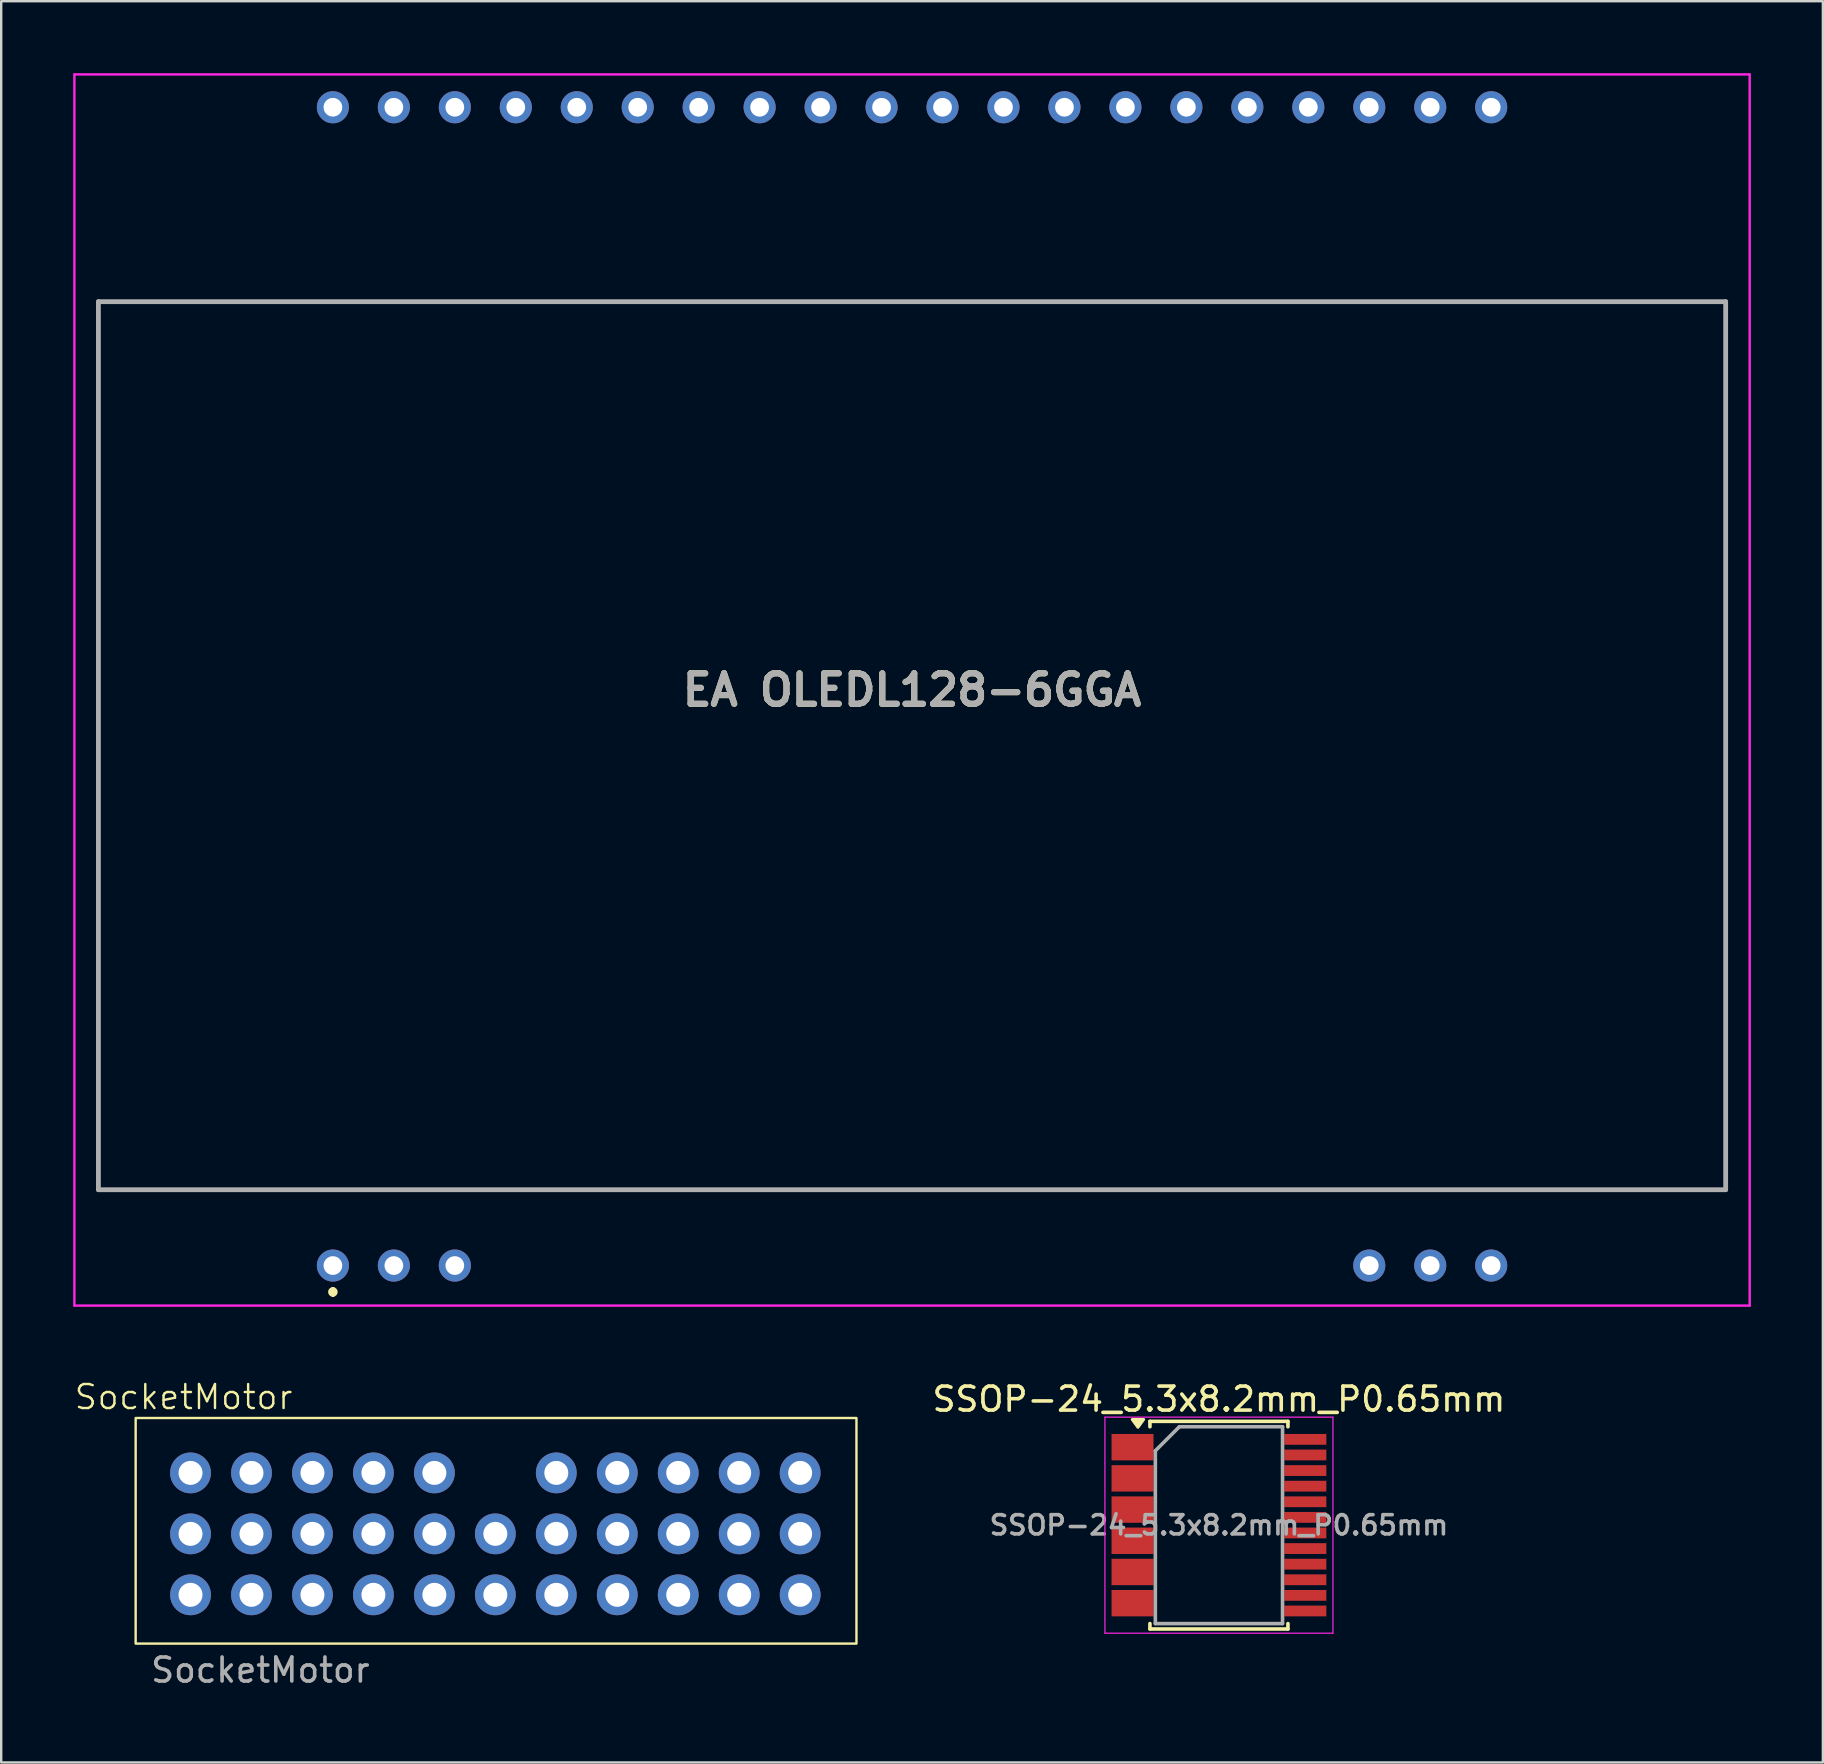
<source format=kicad_pcb>
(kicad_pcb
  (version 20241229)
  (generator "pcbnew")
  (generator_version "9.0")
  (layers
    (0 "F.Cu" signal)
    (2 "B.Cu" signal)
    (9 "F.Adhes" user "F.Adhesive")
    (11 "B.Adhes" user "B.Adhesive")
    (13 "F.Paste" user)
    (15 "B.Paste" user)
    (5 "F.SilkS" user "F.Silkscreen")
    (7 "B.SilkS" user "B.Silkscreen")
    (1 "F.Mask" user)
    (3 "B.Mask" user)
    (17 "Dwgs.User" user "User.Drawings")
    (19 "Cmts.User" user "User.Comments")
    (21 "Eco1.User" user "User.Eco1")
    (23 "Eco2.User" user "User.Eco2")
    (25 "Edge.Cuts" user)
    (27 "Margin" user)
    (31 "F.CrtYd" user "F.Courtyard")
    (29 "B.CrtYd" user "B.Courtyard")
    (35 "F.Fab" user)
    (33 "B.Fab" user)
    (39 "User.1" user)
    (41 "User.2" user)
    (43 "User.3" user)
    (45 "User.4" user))
  (footprint "SocketMotor"
    (layer "F.Cu")
    (at 17.588 60.858)
    (property "Reference" "SocketMotor" (at -12.99 -5.7 0) (unlocked yes) (layer "F.SilkS") (effects (font (size 1 1) (thickness 0.1))))
    (attr through_hole)
    (fp_rect (start -14.986 -4.826) (end 15.046 4.572) (stroke (width 0.1) (type default)) (fill no) (layer "F.SilkS"))
    (fp_text user "${REFERENCE}" (at -9.79 5.675 0) (unlocked yes) (layer "F.Fab") (effects (font (size 1 1) (thickness 0.15))))
    (pad "1" thru_hole circle (at -5.08 -2.54) (size 1.7 1.7) (drill 1) (layers "*.Cu" "*.Mask"))
    (pad "2" thru_hole circle (at -2.54 -2.54) (size 1.7 1.7) (drill 1) (layers "*.Cu" "*.Mask"))
    (pad "5V" thru_hole circle (at -12.7 0) (size 1.7 1.7) (drill 1) (layers "*.Cu" "*.Mask"))
    (pad "5V" thru_hole circle (at -10.16 0) (size 1.7 1.7) (drill 1) (layers "*.Cu" "*.Mask"))
    (pad "6V" thru_hole circle (at -12.7 2.54) (size 1.7 1.7) (drill 1) (layers "*.Cu" "*.Mask"))
    (pad "Akku" thru_hole circle (at -12.7 -2.54) (size 1.7 1.7) (drill 1) (layers "*.Cu" "*.Mask"))
    (pad "BAT_ADC" thru_hole circle (at -10.16 2.54) (size 1.7 1.7) (drill 1) (layers "*.Cu" "*.Mask"))
    (pad "ENC1_A" thru_hole circle (at 2.54 2.54) (size 1.7 1.7) (drill 1) (layers "*.Cu" "*.Mask"))
    (pad "ENC1_B" thru_hole circle (at 2.54 0) (size 1.7 1.7) (drill 1) (layers "*.Cu" "*.Mask"))
    (pad "ENC2_A" thru_hole circle (at 0 2.54) (size 1.7 1.7) (drill 1) (layers "*.Cu" "*.Mask"))
    (pad "ENC2_B" thru_hole circle (at 0 0) (size 1.7 1.7) (drill 1) (layers "*.Cu" "*.Mask"))
    (pad "ENC3_A" thru_hole circle (at -2.54 2.54) (size 1.7 1.7) (drill 1) (layers "*.Cu" "*.Mask"))
    (pad "ENC3_B" thru_hole circle (at -2.54 0) (size 1.7 1.7) (drill 1) (layers "*.Cu" "*.Mask"))
    (pad "ENC4_A" thru_hole circle (at -5.08 2.54) (size 1.7 1.7) (drill 1) (layers "*.Cu" "*.Mask"))
    (pad "ENC4_B" thru_hole circle (at -5.08 0) (size 1.7 1.7) (drill 1) (layers "*.Cu" "*.Mask"))
    (pad "GND" thru_hole circle (at -7.62 -2.54) (size 1.7 1.7) (drill 1) (layers "*.Cu" "*.Mask"))
    (pad "GND" thru_hole circle (at -7.62 0) (size 1.7 1.7) (drill 1) (layers "*.Cu" "*.Mask"))
    (pad "GND" thru_hole circle (at -7.62 2.54) (size 1.7 1.7) (drill 1) (layers "*.Cu" "*.Mask"))
    (pad "MOT1_IN1" thru_hole circle (at 12.7 2.54) (size 1.7 1.7) (drill 1) (layers "*.Cu" "*.Mask"))
    (pad "MOT1_IN2" thru_hole circle (at 12.7 0) (size 1.7 1.7) (drill 1) (layers "*.Cu" "*.Mask"))
    (pad "MOT1_PWM" thru_hole circle (at 12.7 -2.54) (size 1.7 1.7) (drill 1) (layers "*.Cu" "*.Mask"))
    (pad "MOT2_IN1" thru_hole circle (at 10.16 2.54) (size 1.7 1.7) (drill 1) (layers "*.Cu" "*.Mask"))
    (pad "MOT2_IN2" thru_hole circle (at 10.16 0) (size 1.7 1.7) (drill 1) (layers "*.Cu" "*.Mask"))
    (pad "MOT2_PWM" thru_hole circle (at 10.16 -2.54) (size 1.7 1.7) (drill 1) (layers "*.Cu" "*.Mask"))
    (pad "MOT3_IN1" thru_hole circle (at 7.62 2.54) (size 1.7 1.7) (drill 1) (layers "*.Cu" "*.Mask"))
    (pad "MOT3_IN2" thru_hole circle (at 7.62 0) (size 1.7 1.7) (drill 1) (layers "*.Cu" "*.Mask"))
    (pad "MOT3_PWM" thru_hole circle (at 7.62 -2.54) (size 1.7 1.7) (drill 1) (layers "*.Cu" "*.Mask"))
    (pad "MOT4_IN1" thru_hole circle (at 5.08 2.54) (size 1.7 1.7) (drill 1) (layers "*.Cu" "*.Mask"))
    (pad "MOT4_IN2" thru_hole circle (at 5.08 0) (size 1.7 1.7) (drill 1) (layers "*.Cu" "*.Mask"))
    (pad "MOT4_PWM" thru_hole circle (at 5.08 -2.54) (size 1.7 1.7) (drill 1) (layers "*.Cu" "*.Mask"))
    (pad "MOT_STBY" thru_hole circle (at 2.54 -2.54) (size 1.7 1.7) (drill 1) (layers "*.Cu" "*.Mask"))
    (pad "PWR_EN" thru_hole circle (at -10.16 -2.54) (size 1.7 1.7) (drill 1) (layers "*.Cu" "*.Mask")))
  (footprint "EA OLEDL128-6GGA"
    (layer "F.Cu")
    (at 10.82 49.679)
    (property "Reference" "EA OLEDL128-6GGA" (at 24.13 -23.98 0) (layer "F.SilkS") (effects (font (size 1.27 1.27) (thickness 0.254))))
    (attr through_hole)
    (fp_line (start -9.77 -40.16) (end 58.03 -40.16) (stroke (width 0.1) (type solid)) (layer "F.SilkS"))
    (fp_line (start -9.77 -3.16) (end -9.77 -40.16) (stroke (width 0.1) (type solid)) (layer "F.SilkS"))
    (fp_line (start 0 1) (end 0 1) (stroke (width 0.2) (type solid)) (layer "F.SilkS"))
    (fp_line (start 0 1.2) (end 0 1.2) (stroke (width 0.2) (type solid)) (layer "F.SilkS"))
    (fp_line (start 58.03 -40.16) (end 58.03 -3.16) (stroke (width 0.1) (type solid)) (layer "F.SilkS"))
    (fp_line (start 58.03 -3.16) (end -9.77 -3.16) (stroke (width 0.1) (type solid)) (layer "F.SilkS"))
    (fp_arc (start 0 1) (mid 0.1 1.1) (end 0 1.2) (stroke (width 0.2) (type solid)) (layer "F.SilkS"))
    (fp_arc (start 0 1.2) (mid -0.1 1.1) (end 0 1) (stroke (width 0.2) (type solid)) (layer "F.SilkS"))
    (fp_line (start -10.77 -49.629) (end 59.03 -49.629) (stroke (width 0.1) (type solid)) (layer "F.CrtYd"))
    (fp_line (start -10.77 1.669) (end -10.77 -49.629) (stroke (width 0.1) (type solid)) (layer "F.CrtYd"))
    (fp_line (start 59.03 -49.629) (end 59.03 1.669) (stroke (width 0.1) (type solid)) (layer "F.CrtYd"))
    (fp_line (start 59.03 1.669) (end -10.77 1.669) (stroke (width 0.1) (type solid)) (layer "F.CrtYd"))
    (fp_line (start -9.77 -40.16) (end 58.03 -40.16) (stroke (width 0.2) (type solid)) (layer "F.Fab"))
    (fp_line (start -9.77 -3.16) (end -9.77 -40.16) (stroke (width 0.2) (type solid)) (layer "F.Fab"))
    (fp_line (start 58.03 -40.16) (end 58.03 -3.16) (stroke (width 0.2) (type solid)) (layer "F.Fab"))
    (fp_line (start 58.03 -3.16) (end -9.77 -3.16) (stroke (width 0.2) (type solid)) (layer "F.Fab"))
    (fp_text user "${REFERENCE}" (at 24.13 -23.98 0) (layer "F.Fab") (effects (font (size 1.27 1.27) (thickness 0.254))))
    (pad "1" thru_hole circle (at 0 0) (size 1.337 1.337) (drill 0.78) (layers "*.Cu" "*.Mask"))
    (pad "2" thru_hole circle (at 2.54 0) (size 1.337 1.337) (drill 0.78) (layers "*.Cu" "*.Mask"))
    (pad "3" thru_hole circle (at 5.08 0) (size 1.337 1.337) (drill 0.78) (layers "*.Cu" "*.Mask"))
    (pad "18" thru_hole circle (at 43.18 0) (size 1.337 1.337) (drill 0.78) (layers "*.Cu" "*.Mask"))
    (pad "19" thru_hole circle (at 45.72 0) (size 1.337 1.337) (drill 0.78) (layers "*.Cu" "*.Mask"))
    (pad "20" thru_hole circle (at 48.26 0) (size 1.337 1.337) (drill 0.78) (layers "*.Cu" "*.Mask"))
    (pad "21" thru_hole circle (at 48.26 -48.26) (size 1.337 1.337) (drill 0.78) (layers "*.Cu" "*.Mask"))
    (pad "22" thru_hole circle (at 45.72 -48.26) (size 1.337 1.337) (drill 0.78) (layers "*.Cu" "*.Mask"))
    (pad "23" thru_hole circle (at 43.18 -48.26) (size 1.337 1.337) (drill 0.78) (layers "*.Cu" "*.Mask"))
    (pad "24" thru_hole circle (at 40.64 -48.26) (size 1.337 1.337) (drill 0.78) (layers "*.Cu" "*.Mask"))
    (pad "25" thru_hole circle (at 38.1 -48.26) (size 1.337 1.337) (drill 0.78) (layers "*.Cu" "*.Mask"))
    (pad "26" thru_hole circle (at 35.56 -48.26) (size 1.337 1.337) (drill 0.78) (layers "*.Cu" "*.Mask"))
    (pad "27" thru_hole circle (at 33.02 -48.26) (size 1.337 1.337) (drill 0.78) (layers "*.Cu" "*.Mask"))
    (pad "28" thru_hole circle (at 30.48 -48.26) (size 1.337 1.337) (drill 0.78) (layers "*.Cu" "*.Mask"))
    (pad "29" thru_hole circle (at 27.94 -48.26) (size 1.337 1.337) (drill 0.78) (layers "*.Cu" "*.Mask"))
    (pad "30" thru_hole circle (at 25.4 -48.26) (size 1.337 1.337) (drill 0.78) (layers "*.Cu" "*.Mask"))
    (pad "31" thru_hole circle (at 22.86 -48.26) (size 1.337 1.337) (drill 0.78) (layers "*.Cu" "*.Mask"))
    (pad "32" thru_hole circle (at 20.32 -48.26) (size 1.337 1.337) (drill 0.78) (layers "*.Cu" "*.Mask"))
    (pad "33" thru_hole circle (at 17.78 -48.26) (size 1.337 1.337) (drill 0.78) (layers "*.Cu" "*.Mask"))
    (pad "34" thru_hole circle (at 15.24 -48.26) (size 1.337 1.337) (drill 0.78) (layers "*.Cu" "*.Mask"))
    (pad "35" thru_hole circle (at 12.7 -48.26) (size 1.337 1.337) (drill 0.78) (layers "*.Cu" "*.Mask"))
    (pad "36" thru_hole circle (at 10.16 -48.26) (size 1.337 1.337) (drill 0.78) (layers "*.Cu" "*.Mask"))
    (pad "37" thru_hole circle (at 7.62 -48.26) (size 1.337 1.337) (drill 0.78) (layers "*.Cu" "*.Mask"))
    (pad "38" thru_hole circle (at 5.08 -48.26) (size 1.337 1.337) (drill 0.78) (layers "*.Cu" "*.Mask"))
    (pad "39" thru_hole circle (at 2.54 -48.26) (size 1.337 1.337) (drill 0.78) (layers "*.Cu" "*.Mask"))
    (pad "40" thru_hole circle (at 0 -48.26) (size 1.337 1.337) (drill 0.78) (layers "*.Cu" "*.Mask")))
  (footprint "SSOP-24_5.3x8.2mm_P0.65mm"
    (layer "F.Cu")
    (at 47.737 60.496)
    (property "Reference" "SSOP-24_5.3x8.2mm_P0.65mm" (at 0 -5.25 0) (layer "F.SilkS") (effects (font (size 1 1) (thickness 0.15))))
    (attr smd)
    (fp_line (start -2.875 -4.325) (end -2.875 -4.1) (stroke (width 0.15) (type solid)) (layer "F.SilkS"))
    (fp_line (start -2.875 -4.325) (end 2.875 -4.325) (stroke (width 0.15) (type solid)) (layer "F.SilkS"))
    (fp_line (start -2.875 4.325) (end -2.875 4.1) (stroke (width 0.15) (type solid)) (layer "F.SilkS"))
    (fp_line (start -2.875 4.325) (end 2.875 4.325) (stroke (width 0.15) (type solid)) (layer "F.SilkS"))
    (fp_line (start 2.875 -4.325) (end 2.875 -4.1) (stroke (width 0.15) (type solid)) (layer "F.SilkS"))
    (fp_line (start 2.875 4.325) (end 2.875 4.1) (stroke (width 0.15) (type solid)) (layer "F.SilkS"))
    (fp_poly (pts (xy -3.375 -4.075) (xy -3.615 -4.405) (xy -3.135 -4.405) (xy -3.375 -4.075)) (stroke (width 0.12) (type solid)) (fill yes) (layer "F.SilkS"))
    (fp_line (start -4.75 -4.5) (end -4.75 4.5) (stroke (width 0.05) (type solid)) (layer "F.CrtYd"))
    (fp_line (start -4.75 -4.5) (end 4.75 -4.5) (stroke (width 0.05) (type solid)) (layer "F.CrtYd"))
    (fp_line (start -4.75 4.5) (end 4.75 4.5) (stroke (width 0.05) (type solid)) (layer "F.CrtYd"))
    (fp_line (start 4.75 -4.5) (end 4.75 4.5) (stroke (width 0.05) (type solid)) (layer "F.CrtYd"))
    (fp_line (start -2.65 -3.1) (end -1.65 -4.1) (stroke (width 0.15) (type solid)) (layer "F.Fab"))
    (fp_line (start -2.65 4.1) (end -2.65 -3.1) (stroke (width 0.15) (type solid)) (layer "F.Fab"))
    (fp_line (start -1.65 -4.1) (end 2.65 -4.1) (stroke (width 0.15) (type solid)) (layer "F.Fab"))
    (fp_line (start 2.65 -4.1) (end 2.65 4.1) (stroke (width 0.15) (type solid)) (layer "F.Fab"))
    (fp_line (start 2.65 4.1) (end -2.65 4.1) (stroke (width 0.15) (type solid)) (layer "F.Fab"))
    (fp_text user "${REFERENCE}" (at 0 0 0) (layer "F.Fab") (effects (font (size 0.8 0.8) (thickness 0.15))))
    (pad "1" smd trapezoid (at -3.6 -3.25) (size 1.75 1.1) (layers "F.Cu" "F.Mask" "F.Paste"))
    (pad "3" smd trapezoid (at -3.6 -1.95) (size 1.75 1.1) (layers "F.Cu" "F.Mask" "F.Paste"))
    (pad "5" smd trapezoid (at -3.6 -0.65) (size 1.75 1.1) (layers "F.Cu" "F.Mask" "F.Paste"))
    (pad "7" smd trapezoid (at -3.6 0.65) (size 1.75 1.1) (layers "F.Cu" "F.Mask" "F.Paste"))
    (pad "9" smd trapezoid (at -3.6 1.95) (size 1.75 1.1) (layers "F.Cu" "F.Mask" "F.Paste"))
    (pad "11" smd trapezoid (at -3.6 3.25) (size 1.75 1.1) (layers "F.Cu" "F.Mask" "F.Paste"))
    (pad "13" smd rect (at 3.6 3.575) (size 1.75 0.45) (layers "F.Cu" "F.Mask" "F.Paste"))
    (pad "14" smd rect (at 3.6 2.925) (size 1.75 0.45) (layers "F.Cu" "F.Mask" "F.Paste"))
    (pad "15" smd rect (at 3.6 2.275) (size 1.75 0.45) (layers "F.Cu" "F.Mask" "F.Paste"))
    (pad "16" smd rect (at 3.6 1.625) (size 1.75 0.45) (layers "F.Cu" "F.Mask" "F.Paste"))
    (pad "17" smd rect (at 3.6 0.975) (size 1.75 0.45) (layers "F.Cu" "F.Mask" "F.Paste"))
    (pad "18" smd rect (at 3.6 0.325) (size 1.75 0.45) (layers "F.Cu" "F.Mask" "F.Paste"))
    (pad "19" smd rect (at 3.6 -0.325) (size 1.75 0.45) (layers "F.Cu" "F.Mask" "F.Paste"))
    (pad "20" smd rect (at 3.6 -0.975) (size 1.75 0.45) (layers "F.Cu" "F.Mask" "F.Paste"))
    (pad "21" smd rect (at 3.6 -1.625) (size 1.75 0.45) (layers "F.Cu" "F.Mask" "F.Paste"))
    (pad "22" smd rect (at 3.6 -2.275) (size 1.75 0.45) (layers "F.Cu" "F.Mask" "F.Paste"))
    (pad "23" smd rect (at 3.6 -2.925) (size 1.75 0.45) (layers "F.Cu" "F.Mask" "F.Paste"))
    (pad "24" smd rect (at 3.6 -3.575) (size 1.75 0.45) (layers "F.Cu" "F.Mask" "F.Paste")))
  (gr_rect
    (start -3 -3)
    (end 72.9 70.382)
    (stroke (width 0.1) (type default))
    (fill no)
    (layer "Edge.Cuts")))
</source>
